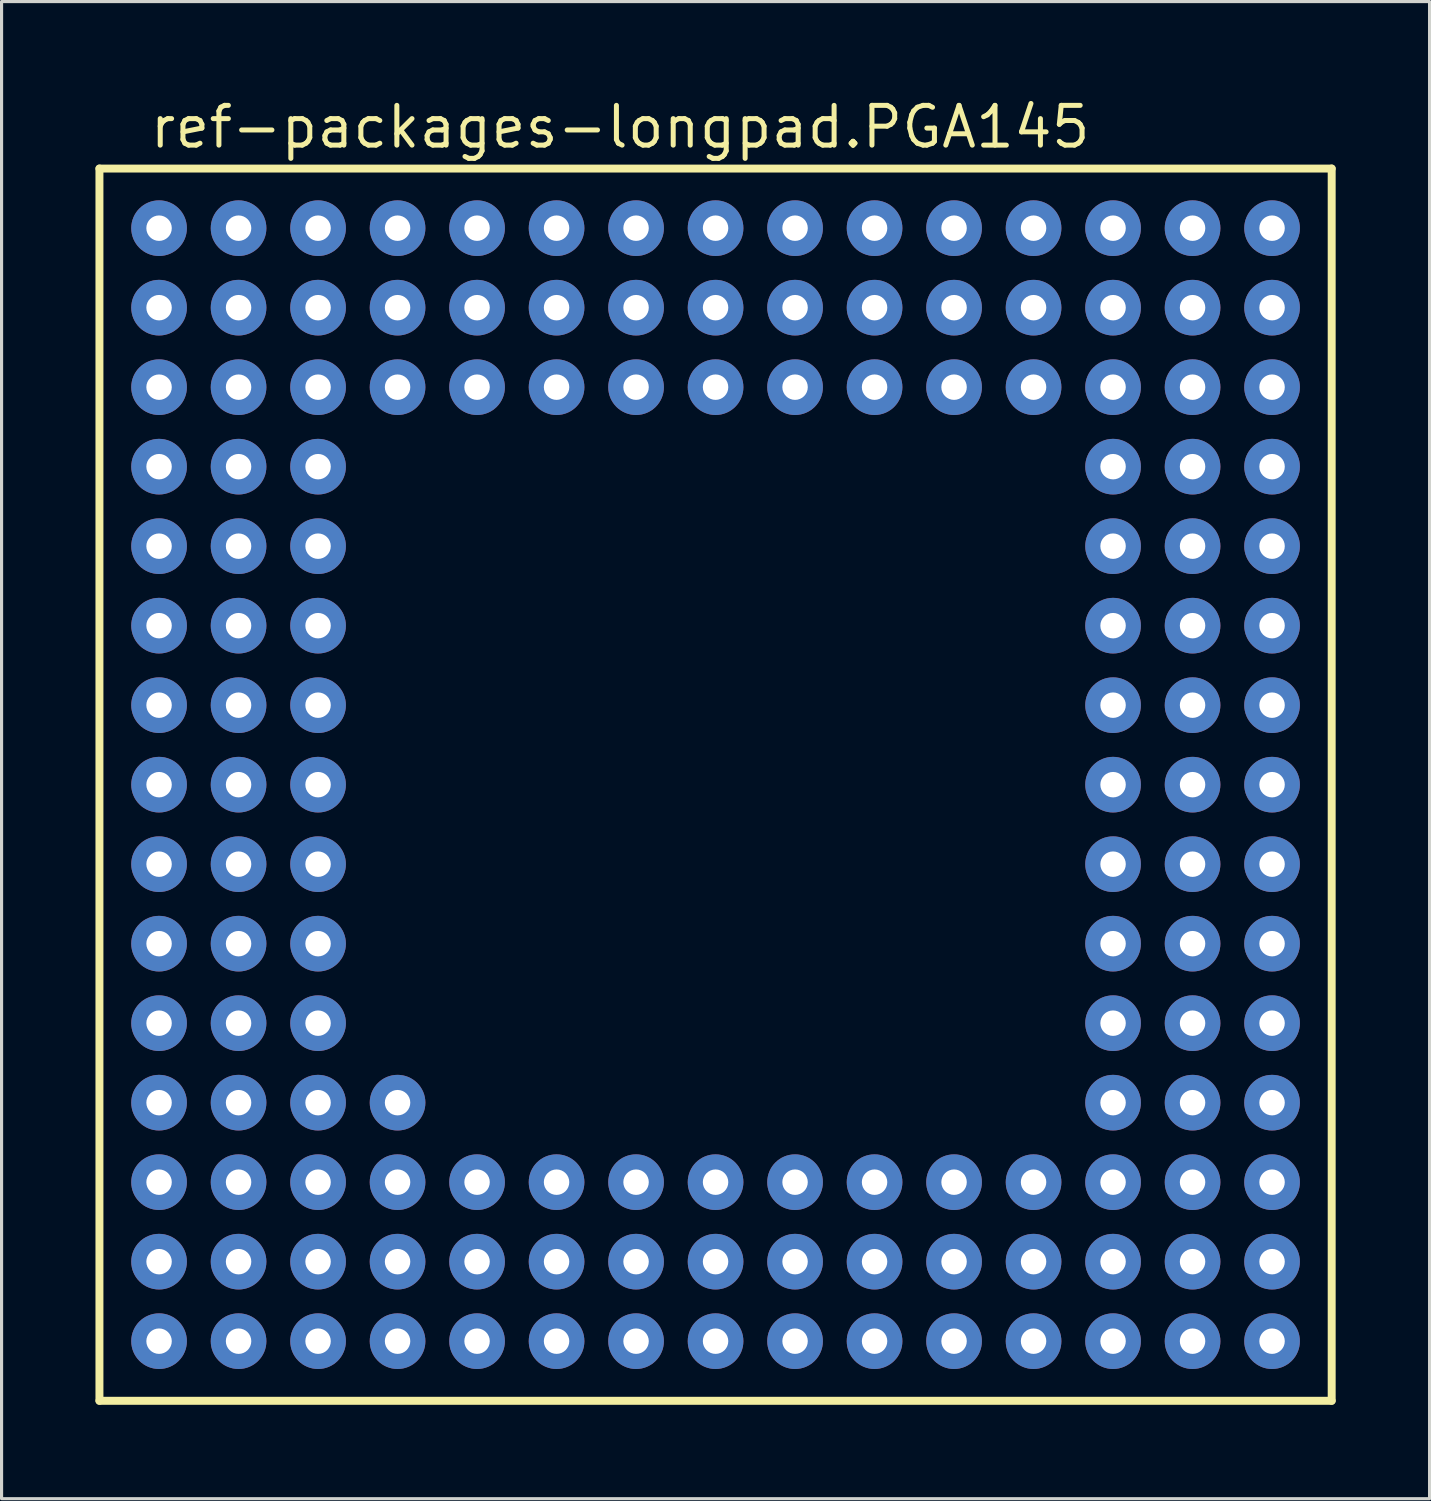
<source format=kicad_pcb>
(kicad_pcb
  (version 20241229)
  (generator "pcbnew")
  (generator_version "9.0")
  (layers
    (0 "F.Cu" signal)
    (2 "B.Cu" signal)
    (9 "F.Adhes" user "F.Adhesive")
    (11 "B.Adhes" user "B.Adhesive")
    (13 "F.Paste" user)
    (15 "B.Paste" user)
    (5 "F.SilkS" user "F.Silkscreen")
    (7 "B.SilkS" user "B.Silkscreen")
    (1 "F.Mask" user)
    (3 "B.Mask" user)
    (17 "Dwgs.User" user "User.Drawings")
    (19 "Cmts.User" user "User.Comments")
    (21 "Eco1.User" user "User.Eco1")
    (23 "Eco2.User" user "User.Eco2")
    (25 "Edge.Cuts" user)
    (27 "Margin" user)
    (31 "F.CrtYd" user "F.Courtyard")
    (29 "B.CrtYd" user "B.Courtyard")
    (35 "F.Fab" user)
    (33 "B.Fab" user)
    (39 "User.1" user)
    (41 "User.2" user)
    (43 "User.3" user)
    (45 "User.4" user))
  (footprint "ref-packages-longpad.PGA145"
    (layer "F.Cu")
    (at 19.812 22.02)
    (property "Reference" "ref-packages-longpad.PGA145" (at -18.15 -20.27 0) (layer "F.SilkS") (effects (font (size 1.27 1.27) (thickness 0.16)) (justify left bottom)))
    (attr through_hole)
    (fp_line (start -19.685 -19.685) (end 19.685 -19.685) (stroke (width 0.254) (type default)) (layer "F.SilkS"))
    (fp_line (start -19.685 19.685) (end -19.685 -19.685) (stroke (width 0.254) (type default)) (layer "F.SilkS"))
    (fp_line (start 19.685 -19.685) (end 19.685 19.685) (stroke (width 0.254) (type default)) (layer "F.SilkS"))
    (fp_line (start 19.685 19.685) (end -19.685 19.685) (stroke (width 0.254) (type default)) (layer "F.SilkS"))
    (pad "A1" thru_hole circle (at -17.78 -17.78) (size 1.778 1.778) (drill 0.813) (layers "*.Cu" "*.Mask"))
    (pad "A2" thru_hole circle (at -15.24 -17.78) (size 1.778 1.778) (drill 0.813) (layers "*.Cu" "*.Mask"))
    (pad "A3" thru_hole circle (at -12.7 -17.78) (size 1.778 1.778) (drill 0.813) (layers "*.Cu" "*.Mask"))
    (pad "A4" thru_hole circle (at -10.16 -17.78) (size 1.778 1.778) (drill 0.813) (layers "*.Cu" "*.Mask"))
    (pad "A5" thru_hole circle (at -7.62 -17.78) (size 1.778 1.778) (drill 0.813) (layers "*.Cu" "*.Mask"))
    (pad "A6" thru_hole circle (at -5.08 -17.78) (size 1.778 1.778) (drill 0.813) (layers "*.Cu" "*.Mask"))
    (pad "A7" thru_hole circle (at -2.54 -17.78) (size 1.778 1.778) (drill 0.813) (layers "*.Cu" "*.Mask"))
    (pad "A8" thru_hole circle (at 0 -17.78) (size 1.778 1.778) (drill 0.813) (layers "*.Cu" "*.Mask"))
    (pad "A9" thru_hole circle (at 2.54 -17.78) (size 1.778 1.778) (drill 0.813) (layers "*.Cu" "*.Mask"))
    (pad "A10" thru_hole circle (at 5.08 -17.78) (size 1.778 1.778) (drill 0.813) (layers "*.Cu" "*.Mask"))
    (pad "A11" thru_hole circle (at 7.62 -17.78) (size 1.778 1.778) (drill 0.813) (layers "*.Cu" "*.Mask"))
    (pad "A12" thru_hole circle (at 10.16 -17.78) (size 1.778 1.778) (drill 0.813) (layers "*.Cu" "*.Mask"))
    (pad "A13" thru_hole circle (at 12.7 -17.78) (size 1.778 1.778) (drill 0.813) (layers "*.Cu" "*.Mask"))
    (pad "A14" thru_hole circle (at 15.24 -17.78) (size 1.778 1.778) (drill 0.813) (layers "*.Cu" "*.Mask"))
    (pad "A15" thru_hole circle (at 17.78 -17.78) (size 1.778 1.778) (drill 0.813) (layers "*.Cu" "*.Mask"))
    (pad "B1" thru_hole circle (at -17.78 -15.24) (size 1.778 1.778) (drill 0.813) (layers "*.Cu" "*.Mask"))
    (pad "B2" thru_hole circle (at -15.24 -15.24) (size 1.778 1.778) (drill 0.813) (layers "*.Cu" "*.Mask"))
    (pad "B3" thru_hole circle (at -12.7 -15.24) (size 1.778 1.778) (drill 0.813) (layers "*.Cu" "*.Mask"))
    (pad "B4" thru_hole circle (at -10.16 -15.24) (size 1.778 1.778) (drill 0.813) (layers "*.Cu" "*.Mask"))
    (pad "B5" thru_hole circle (at -7.62 -15.24) (size 1.778 1.778) (drill 0.813) (layers "*.Cu" "*.Mask"))
    (pad "B6" thru_hole circle (at -5.08 -15.24) (size 1.778 1.778) (drill 0.813) (layers "*.Cu" "*.Mask"))
    (pad "B7" thru_hole circle (at -2.54 -15.24) (size 1.778 1.778) (drill 0.813) (layers "*.Cu" "*.Mask"))
    (pad "B8" thru_hole circle (at 0 -15.24) (size 1.778 1.778) (drill 0.813) (layers "*.Cu" "*.Mask"))
    (pad "B9" thru_hole circle (at 2.54 -15.24) (size 1.778 1.778) (drill 0.813) (layers "*.Cu" "*.Mask"))
    (pad "B10" thru_hole circle (at 5.08 -15.24) (size 1.778 1.778) (drill 0.813) (layers "*.Cu" "*.Mask"))
    (pad "B11" thru_hole circle (at 7.62 -15.24) (size 1.778 1.778) (drill 0.813) (layers "*.Cu" "*.Mask"))
    (pad "B12" thru_hole circle (at 10.16 -15.24) (size 1.778 1.778) (drill 0.813) (layers "*.Cu" "*.Mask"))
    (pad "B13" thru_hole circle (at 12.7 -15.24) (size 1.778 1.778) (drill 0.813) (layers "*.Cu" "*.Mask"))
    (pad "B14" thru_hole circle (at 15.24 -15.24) (size 1.778 1.778) (drill 0.813) (layers "*.Cu" "*.Mask"))
    (pad "B15" thru_hole circle (at 17.78 -15.24) (size 1.778 1.778) (drill 0.813) (layers "*.Cu" "*.Mask"))
    (pad "C1" thru_hole circle (at -17.78 -12.7) (size 1.778 1.778) (drill 0.813) (layers "*.Cu" "*.Mask"))
    (pad "C2" thru_hole circle (at -15.24 -12.7) (size 1.778 1.778) (drill 0.813) (layers "*.Cu" "*.Mask"))
    (pad "C3" thru_hole circle (at -12.7 -12.7) (size 1.778 1.778) (drill 0.813) (layers "*.Cu" "*.Mask"))
    (pad "C4" thru_hole circle (at -10.16 -12.7) (size 1.778 1.778) (drill 0.813) (layers "*.Cu" "*.Mask"))
    (pad "C5" thru_hole circle (at -7.62 -12.7) (size 1.778 1.778) (drill 0.813) (layers "*.Cu" "*.Mask"))
    (pad "C6" thru_hole circle (at -5.08 -12.7) (size 1.778 1.778) (drill 0.813) (layers "*.Cu" "*.Mask"))
    (pad "C7" thru_hole circle (at -2.54 -12.7) (size 1.778 1.778) (drill 0.813) (layers "*.Cu" "*.Mask"))
    (pad "C8" thru_hole circle (at 0 -12.7) (size 1.778 1.778) (drill 0.813) (layers "*.Cu" "*.Mask"))
    (pad "C9" thru_hole circle (at 2.54 -12.7) (size 1.778 1.778) (drill 0.813) (layers "*.Cu" "*.Mask"))
    (pad "C10" thru_hole circle (at 5.08 -12.7) (size 1.778 1.778) (drill 0.813) (layers "*.Cu" "*.Mask"))
    (pad "C11" thru_hole circle (at 7.62 -12.7) (size 1.778 1.778) (drill 0.813) (layers "*.Cu" "*.Mask"))
    (pad "C12" thru_hole circle (at 10.16 -12.7) (size 1.778 1.778) (drill 0.813) (layers "*.Cu" "*.Mask"))
    (pad "C13" thru_hole circle (at 12.7 -12.7) (size 1.778 1.778) (drill 0.813) (layers "*.Cu" "*.Mask"))
    (pad "C14" thru_hole circle (at 15.24 -12.7) (size 1.778 1.778) (drill 0.813) (layers "*.Cu" "*.Mask"))
    (pad "C15" thru_hole circle (at 17.78 -12.7) (size 1.778 1.778) (drill 0.813) (layers "*.Cu" "*.Mask"))
    (pad "D1" thru_hole circle (at -17.78 -10.16) (size 1.778 1.778) (drill 0.813) (layers "*.Cu" "*.Mask"))
    (pad "D2" thru_hole circle (at -15.24 -10.16) (size 1.778 1.778) (drill 0.813) (layers "*.Cu" "*.Mask"))
    (pad "D3" thru_hole circle (at -12.7 -10.16) (size 1.778 1.778) (drill 0.813) (layers "*.Cu" "*.Mask"))
    (pad "D13" thru_hole circle (at 12.7 -10.16) (size 1.778 1.778) (drill 0.813) (layers "*.Cu" "*.Mask"))
    (pad "D14" thru_hole circle (at 15.24 -10.16) (size 1.778 1.778) (drill 0.813) (layers "*.Cu" "*.Mask"))
    (pad "D15" thru_hole circle (at 17.78 -10.16) (size 1.778 1.778) (drill 0.813) (layers "*.Cu" "*.Mask"))
    (pad "E1" thru_hole circle (at -17.78 -7.62) (size 1.778 1.778) (drill 0.813) (layers "*.Cu" "*.Mask"))
    (pad "E2" thru_hole circle (at -15.24 -7.62) (size 1.778 1.778) (drill 0.813) (layers "*.Cu" "*.Mask"))
    (pad "E3" thru_hole circle (at -12.7 -7.62) (size 1.778 1.778) (drill 0.813) (layers "*.Cu" "*.Mask"))
    (pad "E13" thru_hole circle (at 12.7 -7.62) (size 1.778 1.778) (drill 0.813) (layers "*.Cu" "*.Mask"))
    (pad "E14" thru_hole circle (at 15.24 -7.62) (size 1.778 1.778) (drill 0.813) (layers "*.Cu" "*.Mask"))
    (pad "E15" thru_hole circle (at 17.78 -7.62) (size 1.778 1.778) (drill 0.813) (layers "*.Cu" "*.Mask"))
    (pad "F1" thru_hole circle (at -17.78 -5.08) (size 1.778 1.778) (drill 0.813) (layers "*.Cu" "*.Mask"))
    (pad "F2" thru_hole circle (at -15.24 -5.08) (size 1.778 1.778) (drill 0.813) (layers "*.Cu" "*.Mask"))
    (pad "F3" thru_hole circle (at -12.7 -5.08) (size 1.778 1.778) (drill 0.813) (layers "*.Cu" "*.Mask"))
    (pad "F13" thru_hole circle (at 12.7 -5.08) (size 1.778 1.778) (drill 0.813) (layers "*.Cu" "*.Mask"))
    (pad "F14" thru_hole circle (at 15.24 -5.08) (size 1.778 1.778) (drill 0.813) (layers "*.Cu" "*.Mask"))
    (pad "F15" thru_hole circle (at 17.78 -5.08) (size 1.778 1.778) (drill 0.813) (layers "*.Cu" "*.Mask"))
    (pad "G1" thru_hole circle (at -17.78 -2.54) (size 1.778 1.778) (drill 0.813) (layers "*.Cu" "*.Mask"))
    (pad "G2" thru_hole circle (at -15.24 -2.54) (size 1.778 1.778) (drill 0.813) (layers "*.Cu" "*.Mask"))
    (pad "G3" thru_hole circle (at -12.7 -2.54) (size 1.778 1.778) (drill 0.813) (layers "*.Cu" "*.Mask"))
    (pad "G13" thru_hole circle (at 12.7 -2.54) (size 1.778 1.778) (drill 0.813) (layers "*.Cu" "*.Mask"))
    (pad "G14" thru_hole circle (at 15.24 -2.54) (size 1.778 1.778) (drill 0.813) (layers "*.Cu" "*.Mask"))
    (pad "G15" thru_hole circle (at 17.78 -2.54) (size 1.778 1.778) (drill 0.813) (layers "*.Cu" "*.Mask"))
    (pad "H1" thru_hole circle (at -17.78 0) (size 1.778 1.778) (drill 0.813) (layers "*.Cu" "*.Mask"))
    (pad "H2" thru_hole circle (at -15.24 0) (size 1.778 1.778) (drill 0.813) (layers "*.Cu" "*.Mask"))
    (pad "H3" thru_hole circle (at -12.7 0) (size 1.778 1.778) (drill 0.813) (layers "*.Cu" "*.Mask"))
    (pad "H13" thru_hole circle (at 12.7 0) (size 1.778 1.778) (drill 0.813) (layers "*.Cu" "*.Mask"))
    (pad "H14" thru_hole circle (at 15.24 0) (size 1.778 1.778) (drill 0.813) (layers "*.Cu" "*.Mask"))
    (pad "H15" thru_hole circle (at 17.78 0) (size 1.778 1.778) (drill 0.813) (layers "*.Cu" "*.Mask"))
    (pad "J1" thru_hole circle (at -17.78 2.54) (size 1.778 1.778) (drill 0.813) (layers "*.Cu" "*.Mask"))
    (pad "J2" thru_hole circle (at -15.24 2.54) (size 1.778 1.778) (drill 0.813) (layers "*.Cu" "*.Mask"))
    (pad "J3" thru_hole circle (at -12.7 2.54) (size 1.778 1.778) (drill 0.813) (layers "*.Cu" "*.Mask"))
    (pad "J13" thru_hole circle (at 12.7 2.54) (size 1.778 1.778) (drill 0.813) (layers "*.Cu" "*.Mask"))
    (pad "J14" thru_hole circle (at 15.24 2.54) (size 1.778 1.778) (drill 0.813) (layers "*.Cu" "*.Mask"))
    (pad "J15" thru_hole circle (at 17.78 2.54) (size 1.778 1.778) (drill 0.813) (layers "*.Cu" "*.Mask"))
    (pad "K1" thru_hole circle (at -17.78 5.08) (size 1.778 1.778) (drill 0.813) (layers "*.Cu" "*.Mask"))
    (pad "K2" thru_hole circle (at -15.24 5.08) (size 1.778 1.778) (drill 0.813) (layers "*.Cu" "*.Mask"))
    (pad "K3" thru_hole circle (at -12.7 5.08) (size 1.778 1.778) (drill 0.813) (layers "*.Cu" "*.Mask"))
    (pad "K13" thru_hole circle (at 12.7 5.08) (size 1.778 1.778) (drill 0.813) (layers "*.Cu" "*.Mask"))
    (pad "K14" thru_hole circle (at 15.24 5.08) (size 1.778 1.778) (drill 0.813) (layers "*.Cu" "*.Mask"))
    (pad "K15" thru_hole circle (at 17.78 5.08) (size 1.778 1.778) (drill 0.813) (layers "*.Cu" "*.Mask"))
    (pad "L1" thru_hole circle (at -17.78 7.62) (size 1.778 1.778) (drill 0.813) (layers "*.Cu" "*.Mask"))
    (pad "L2" thru_hole circle (at -15.24 7.62) (size 1.778 1.778) (drill 0.813) (layers "*.Cu" "*.Mask"))
    (pad "L3" thru_hole circle (at -12.7 7.62) (size 1.778 1.778) (drill 0.813) (layers "*.Cu" "*.Mask"))
    (pad "L13" thru_hole circle (at 12.7 7.62) (size 1.778 1.778) (drill 0.813) (layers "*.Cu" "*.Mask"))
    (pad "L14" thru_hole circle (at 15.24 7.62) (size 1.778 1.778) (drill 0.813) (layers "*.Cu" "*.Mask"))
    (pad "L15" thru_hole circle (at 17.78 7.62) (size 1.778 1.778) (drill 0.813) (layers "*.Cu" "*.Mask"))
    (pad "M1" thru_hole circle (at -17.78 10.16) (size 1.778 1.778) (drill 0.813) (layers "*.Cu" "*.Mask"))
    (pad "M2" thru_hole circle (at -15.24 10.16) (size 1.778 1.778) (drill 0.813) (layers "*.Cu" "*.Mask"))
    (pad "M3" thru_hole circle (at -12.7 10.16) (size 1.778 1.778) (drill 0.813) (layers "*.Cu" "*.Mask"))
    (pad "M4" thru_hole circle (at -10.16 10.16) (size 1.778 1.778) (drill 0.813) (layers "*.Cu" "*.Mask"))
    (pad "M13" thru_hole circle (at 12.7 10.16) (size 1.778 1.778) (drill 0.813) (layers "*.Cu" "*.Mask"))
    (pad "M14" thru_hole circle (at 15.24 10.16) (size 1.778 1.778) (drill 0.813) (layers "*.Cu" "*.Mask"))
    (pad "M15" thru_hole circle (at 17.78 10.16) (size 1.778 1.778) (drill 0.813) (layers "*.Cu" "*.Mask"))
    (pad "N1" thru_hole circle (at -17.78 12.7) (size 1.778 1.778) (drill 0.813) (layers "*.Cu" "*.Mask"))
    (pad "N2" thru_hole circle (at -15.24 12.7) (size 1.778 1.778) (drill 0.813) (layers "*.Cu" "*.Mask"))
    (pad "N3" thru_hole circle (at -12.7 12.7) (size 1.778 1.778) (drill 0.813) (layers "*.Cu" "*.Mask"))
    (pad "N4" thru_hole circle (at -10.16 12.7) (size 1.778 1.778) (drill 0.813) (layers "*.Cu" "*.Mask"))
    (pad "N5" thru_hole circle (at -7.62 12.7) (size 1.778 1.778) (drill 0.813) (layers "*.Cu" "*.Mask"))
    (pad "N6" thru_hole circle (at -5.08 12.7) (size 1.778 1.778) (drill 0.813) (layers "*.Cu" "*.Mask"))
    (pad "N7" thru_hole circle (at -2.54 12.7) (size 1.778 1.778) (drill 0.813) (layers "*.Cu" "*.Mask"))
    (pad "N8" thru_hole circle (at 0 12.7) (size 1.778 1.778) (drill 0.813) (layers "*.Cu" "*.Mask"))
    (pad "N9" thru_hole circle (at 2.54 12.7) (size 1.778 1.778) (drill 0.813) (layers "*.Cu" "*.Mask"))
    (pad "N10" thru_hole circle (at 5.08 12.7) (size 1.778 1.778) (drill 0.813) (layers "*.Cu" "*.Mask"))
    (pad "N11" thru_hole circle (at 7.62 12.7) (size 1.778 1.778) (drill 0.813) (layers "*.Cu" "*.Mask"))
    (pad "N12" thru_hole circle (at 10.16 12.7) (size 1.778 1.778) (drill 0.813) (layers "*.Cu" "*.Mask"))
    (pad "N13" thru_hole circle (at 12.7 12.7) (size 1.778 1.778) (drill 0.813) (layers "*.Cu" "*.Mask"))
    (pad "N14" thru_hole circle (at 15.24 12.7) (size 1.778 1.778) (drill 0.813) (layers "*.Cu" "*.Mask"))
    (pad "N15" thru_hole circle (at 17.78 12.7) (size 1.778 1.778) (drill 0.813) (layers "*.Cu" "*.Mask"))
    (pad "P1" thru_hole circle (at -17.78 15.24) (size 1.778 1.778) (drill 0.813) (layers "*.Cu" "*.Mask"))
    (pad "P2" thru_hole circle (at -15.24 15.24) (size 1.778 1.778) (drill 0.813) (layers "*.Cu" "*.Mask"))
    (pad "P3" thru_hole circle (at -12.7 15.24) (size 1.778 1.778) (drill 0.813) (layers "*.Cu" "*.Mask"))
    (pad "P4" thru_hole circle (at -10.16 15.24) (size 1.778 1.778) (drill 0.813) (layers "*.Cu" "*.Mask"))
    (pad "P5" thru_hole circle (at -7.62 15.24) (size 1.778 1.778) (drill 0.813) (layers "*.Cu" "*.Mask"))
    (pad "P6" thru_hole circle (at -5.08 15.24) (size 1.778 1.778) (drill 0.813) (layers "*.Cu" "*.Mask"))
    (pad "P7" thru_hole circle (at -2.54 15.24) (size 1.778 1.778) (drill 0.813) (layers "*.Cu" "*.Mask"))
    (pad "P8" thru_hole circle (at 0 15.24) (size 1.778 1.778) (drill 0.813) (layers "*.Cu" "*.Mask"))
    (pad "P9" thru_hole circle (at 2.54 15.24) (size 1.778 1.778) (drill 0.813) (layers "*.Cu" "*.Mask"))
    (pad "P10" thru_hole circle (at 5.08 15.24) (size 1.778 1.778) (drill 0.813) (layers "*.Cu" "*.Mask"))
    (pad "P11" thru_hole circle (at 7.62 15.24) (size 1.778 1.778) (drill 0.813) (layers "*.Cu" "*.Mask"))
    (pad "P12" thru_hole circle (at 10.16 15.24) (size 1.778 1.778) (drill 0.813) (layers "*.Cu" "*.Mask"))
    (pad "P13" thru_hole circle (at 12.7 15.24) (size 1.778 1.778) (drill 0.813) (layers "*.Cu" "*.Mask"))
    (pad "P14" thru_hole circle (at 15.24 15.24) (size 1.778 1.778) (drill 0.813) (layers "*.Cu" "*.Mask"))
    (pad "P15" thru_hole circle (at 17.78 15.24) (size 1.778 1.778) (drill 0.813) (layers "*.Cu" "*.Mask"))
    (pad "R1" thru_hole circle (at -17.78 17.78) (size 1.778 1.778) (drill 0.813) (layers "*.Cu" "*.Mask"))
    (pad "R2" thru_hole circle (at -15.24 17.78) (size 1.778 1.778) (drill 0.813) (layers "*.Cu" "*.Mask"))
    (pad "R3" thru_hole circle (at -12.7 17.78) (size 1.778 1.778) (drill 0.813) (layers "*.Cu" "*.Mask"))
    (pad "R4" thru_hole circle (at -10.16 17.78) (size 1.778 1.778) (drill 0.813) (layers "*.Cu" "*.Mask"))
    (pad "R5" thru_hole circle (at -7.62 17.78) (size 1.778 1.778) (drill 0.813) (layers "*.Cu" "*.Mask"))
    (pad "R6" thru_hole circle (at -5.08 17.78) (size 1.778 1.778) (drill 0.813) (layers "*.Cu" "*.Mask"))
    (pad "R7" thru_hole circle (at -2.54 17.78) (size 1.778 1.778) (drill 0.813) (layers "*.Cu" "*.Mask"))
    (pad "R8" thru_hole circle (at 0 17.78) (size 1.778 1.778) (drill 0.813) (layers "*.Cu" "*.Mask"))
    (pad "R9" thru_hole circle (at 2.54 17.78) (size 1.778 1.778) (drill 0.813) (layers "*.Cu" "*.Mask"))
    (pad "R10" thru_hole circle (at 5.08 17.78) (size 1.778 1.778) (drill 0.813) (layers "*.Cu" "*.Mask"))
    (pad "R11" thru_hole circle (at 7.62 17.78) (size 1.778 1.778) (drill 0.813) (layers "*.Cu" "*.Mask"))
    (pad "R12" thru_hole circle (at 10.16 17.78) (size 1.778 1.778) (drill 0.813) (layers "*.Cu" "*.Mask"))
    (pad "R13" thru_hole circle (at 12.7 17.78) (size 1.778 1.778) (drill 0.813) (layers "*.Cu" "*.Mask"))
    (pad "R14" thru_hole circle (at 15.24 17.78) (size 1.778 1.778) (drill 0.813) (layers "*.Cu" "*.Mask"))
    (pad "R15" thru_hole circle (at 17.78 17.78) (size 1.778 1.778) (drill 0.813) (layers "*.Cu" "*.Mask")))
  (gr_rect
    (start -3 -3)
    (end 42.624 44.832)
    (stroke (width 0.1) (type default))
    (fill no)
    (layer "Edge.Cuts")))
</source>
